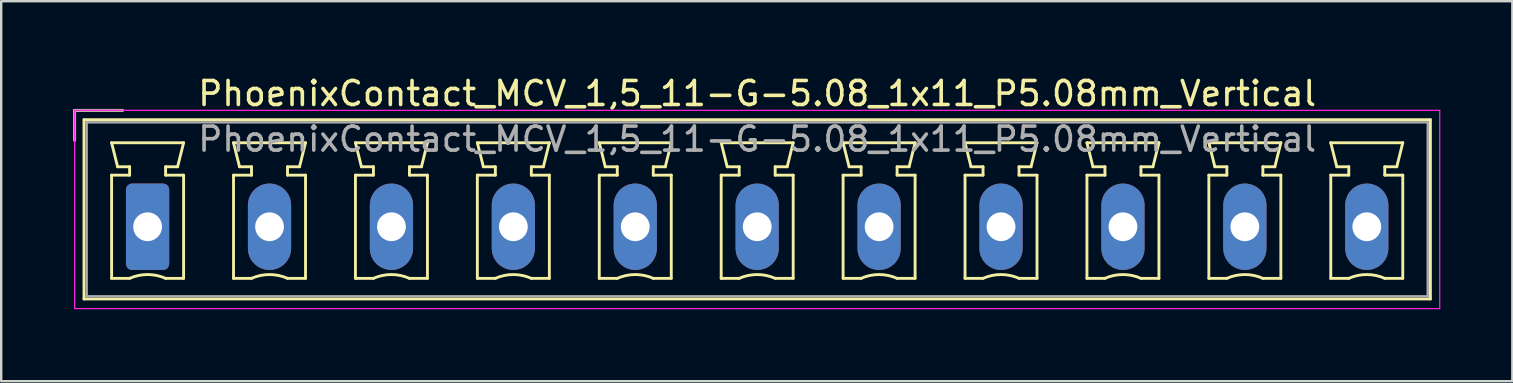
<source format=kicad_pcb>
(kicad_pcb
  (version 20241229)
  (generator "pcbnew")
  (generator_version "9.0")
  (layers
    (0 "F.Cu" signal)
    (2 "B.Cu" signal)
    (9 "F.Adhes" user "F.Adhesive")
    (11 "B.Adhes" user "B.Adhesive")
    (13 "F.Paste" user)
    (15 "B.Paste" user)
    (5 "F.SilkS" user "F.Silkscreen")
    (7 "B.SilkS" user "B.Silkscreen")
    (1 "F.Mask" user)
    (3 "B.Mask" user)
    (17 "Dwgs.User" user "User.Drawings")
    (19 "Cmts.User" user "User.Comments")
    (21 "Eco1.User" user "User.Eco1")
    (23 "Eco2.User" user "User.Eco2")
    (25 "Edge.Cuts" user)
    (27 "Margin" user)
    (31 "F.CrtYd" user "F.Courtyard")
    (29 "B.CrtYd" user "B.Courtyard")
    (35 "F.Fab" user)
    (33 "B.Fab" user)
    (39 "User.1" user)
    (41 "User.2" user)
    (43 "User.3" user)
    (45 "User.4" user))
  (footprint "PhoenixContact_MCV_1,5_11-G-5.08_1x11_P5.08mm_Vertical"
    (layer "F.Cu")
    (at 3.1 6.398)
    (property "Reference" "PhoenixContact_MCV_1,5_11-G-5.08_1x11_P5.08mm_Vertical" (at 25.4 -5.55 0) (layer "F.SilkS") (effects (font (size 1 1) (thickness 0.15))))
    (attr through_hole)
    (fp_line (start -3.04 -4.85) (end -1.04 -4.85) (stroke (width 0.12) (type solid)) (layer "F.SilkS"))
    (fp_line (start -3.04 -3.6) (end -3.04 -4.85) (stroke (width 0.12) (type solid)) (layer "F.SilkS"))
    (fp_line (start -2.65 -4.46) (end -2.65 3.01) (stroke (width 0.12) (type solid)) (layer "F.SilkS"))
    (fp_line (start -2.65 3.01) (end 53.45 3.01) (stroke (width 0.12) (type solid)) (layer "F.SilkS"))
    (fp_line (start -1.5 -3.5) (end 1.5 -3.5) (stroke (width 0.12) (type solid)) (layer "F.SilkS"))
    (fp_line (start -1.5 -2.15) (end -0.75 -2.15) (stroke (width 0.12) (type solid)) (layer "F.SilkS"))
    (fp_line (start -1.5 2.15) (end -1.5 -2.15) (stroke (width 0.12) (type solid)) (layer "F.SilkS"))
    (fp_line (start -1.25 -2.5) (end -1.5 -3.5) (stroke (width 0.12) (type solid)) (layer "F.SilkS"))
    (fp_line (start -0.75 -2.5) (end -1.25 -2.5) (stroke (width 0.12) (type solid)) (layer "F.SilkS"))
    (fp_line (start -0.75 -2.15) (end -0.75 -2.5) (stroke (width 0.12) (type solid)) (layer "F.SilkS"))
    (fp_line (start -0.75 2.15) (end -1.5 2.15) (stroke (width 0.12) (type solid)) (layer "F.SilkS"))
    (fp_line (start 0.75 -2.5) (end 0.75 -2.15) (stroke (width 0.12) (type solid)) (layer "F.SilkS"))
    (fp_line (start 0.75 -2.15) (end 1.5 -2.15) (stroke (width 0.12) (type solid)) (layer "F.SilkS"))
    (fp_line (start 1.25 -2.5) (end 0.75 -2.5) (stroke (width 0.12) (type solid)) (layer "F.SilkS"))
    (fp_line (start 1.5 -3.5) (end 1.25 -2.5) (stroke (width 0.12) (type solid)) (layer "F.SilkS"))
    (fp_line (start 1.5 -2.15) (end 1.5 2.15) (stroke (width 0.12) (type solid)) (layer "F.SilkS"))
    (fp_line (start 1.5 2.15) (end 0.75 2.15) (stroke (width 0.12) (type solid)) (layer "F.SilkS"))
    (fp_line (start 3.58 -3.5) (end 6.58 -3.5) (stroke (width 0.12) (type solid)) (layer "F.SilkS"))
    (fp_line (start 3.58 -2.15) (end 4.33 -2.15) (stroke (width 0.12) (type solid)) (layer "F.SilkS"))
    (fp_line (start 3.58 2.15) (end 3.58 -2.15) (stroke (width 0.12) (type solid)) (layer "F.SilkS"))
    (fp_line (start 3.83 -2.5) (end 3.58 -3.5) (stroke (width 0.12) (type solid)) (layer "F.SilkS"))
    (fp_line (start 4.33 -2.5) (end 3.83 -2.5) (stroke (width 0.12) (type solid)) (layer "F.SilkS"))
    (fp_line (start 4.33 -2.15) (end 4.33 -2.5) (stroke (width 0.12) (type solid)) (layer "F.SilkS"))
    (fp_line (start 4.33 2.15) (end 3.58 2.15) (stroke (width 0.12) (type solid)) (layer "F.SilkS"))
    (fp_line (start 5.83 -2.5) (end 5.83 -2.15) (stroke (width 0.12) (type solid)) (layer "F.SilkS"))
    (fp_line (start 5.83 -2.15) (end 6.58 -2.15) (stroke (width 0.12) (type solid)) (layer "F.SilkS"))
    (fp_line (start 6.33 -2.5) (end 5.83 -2.5) (stroke (width 0.12) (type solid)) (layer "F.SilkS"))
    (fp_line (start 6.58 -3.5) (end 6.33 -2.5) (stroke (width 0.12) (type solid)) (layer "F.SilkS"))
    (fp_line (start 6.58 -2.15) (end 6.58 2.15) (stroke (width 0.12) (type solid)) (layer "F.SilkS"))
    (fp_line (start 6.58 2.15) (end 5.83 2.15) (stroke (width 0.12) (type solid)) (layer "F.SilkS"))
    (fp_line (start 8.66 -3.5) (end 11.66 -3.5) (stroke (width 0.12) (type solid)) (layer "F.SilkS"))
    (fp_line (start 8.66 -2.15) (end 9.41 -2.15) (stroke (width 0.12) (type solid)) (layer "F.SilkS"))
    (fp_line (start 8.66 2.15) (end 8.66 -2.15) (stroke (width 0.12) (type solid)) (layer "F.SilkS"))
    (fp_line (start 8.91 -2.5) (end 8.66 -3.5) (stroke (width 0.12) (type solid)) (layer "F.SilkS"))
    (fp_line (start 9.41 -2.5) (end 8.91 -2.5) (stroke (width 0.12) (type solid)) (layer "F.SilkS"))
    (fp_line (start 9.41 -2.15) (end 9.41 -2.5) (stroke (width 0.12) (type solid)) (layer "F.SilkS"))
    (fp_line (start 9.41 2.15) (end 8.66 2.15) (stroke (width 0.12) (type solid)) (layer "F.SilkS"))
    (fp_line (start 10.91 -2.5) (end 10.91 -2.15) (stroke (width 0.12) (type solid)) (layer "F.SilkS"))
    (fp_line (start 10.91 -2.15) (end 11.66 -2.15) (stroke (width 0.12) (type solid)) (layer "F.SilkS"))
    (fp_line (start 11.41 -2.5) (end 10.91 -2.5) (stroke (width 0.12) (type solid)) (layer "F.SilkS"))
    (fp_line (start 11.66 -3.5) (end 11.41 -2.5) (stroke (width 0.12) (type solid)) (layer "F.SilkS"))
    (fp_line (start 11.66 -2.15) (end 11.66 2.15) (stroke (width 0.12) (type solid)) (layer "F.SilkS"))
    (fp_line (start 11.66 2.15) (end 10.91 2.15) (stroke (width 0.12) (type solid)) (layer "F.SilkS"))
    (fp_line (start 13.74 -3.5) (end 16.74 -3.5) (stroke (width 0.12) (type solid)) (layer "F.SilkS"))
    (fp_line (start 13.74 -2.15) (end 14.49 -2.15) (stroke (width 0.12) (type solid)) (layer "F.SilkS"))
    (fp_line (start 13.74 2.15) (end 13.74 -2.15) (stroke (width 0.12) (type solid)) (layer "F.SilkS"))
    (fp_line (start 13.99 -2.5) (end 13.74 -3.5) (stroke (width 0.12) (type solid)) (layer "F.SilkS"))
    (fp_line (start 14.49 -2.5) (end 13.99 -2.5) (stroke (width 0.12) (type solid)) (layer "F.SilkS"))
    (fp_line (start 14.49 -2.15) (end 14.49 -2.5) (stroke (width 0.12) (type solid)) (layer "F.SilkS"))
    (fp_line (start 14.49 2.15) (end 13.74 2.15) (stroke (width 0.12) (type solid)) (layer "F.SilkS"))
    (fp_line (start 15.99 -2.5) (end 15.99 -2.15) (stroke (width 0.12) (type solid)) (layer "F.SilkS"))
    (fp_line (start 15.99 -2.15) (end 16.74 -2.15) (stroke (width 0.12) (type solid)) (layer "F.SilkS"))
    (fp_line (start 16.49 -2.5) (end 15.99 -2.5) (stroke (width 0.12) (type solid)) (layer "F.SilkS"))
    (fp_line (start 16.74 -3.5) (end 16.49 -2.5) (stroke (width 0.12) (type solid)) (layer "F.SilkS"))
    (fp_line (start 16.74 -2.15) (end 16.74 2.15) (stroke (width 0.12) (type solid)) (layer "F.SilkS"))
    (fp_line (start 16.74 2.15) (end 15.99 2.15) (stroke (width 0.12) (type solid)) (layer "F.SilkS"))
    (fp_line (start 18.82 -3.5) (end 21.82 -3.5) (stroke (width 0.12) (type solid)) (layer "F.SilkS"))
    (fp_line (start 18.82 -2.15) (end 19.57 -2.15) (stroke (width 0.12) (type solid)) (layer "F.SilkS"))
    (fp_line (start 18.82 2.15) (end 18.82 -2.15) (stroke (width 0.12) (type solid)) (layer "F.SilkS"))
    (fp_line (start 19.07 -2.5) (end 18.82 -3.5) (stroke (width 0.12) (type solid)) (layer "F.SilkS"))
    (fp_line (start 19.57 -2.5) (end 19.07 -2.5) (stroke (width 0.12) (type solid)) (layer "F.SilkS"))
    (fp_line (start 19.57 -2.15) (end 19.57 -2.5) (stroke (width 0.12) (type solid)) (layer "F.SilkS"))
    (fp_line (start 19.57 2.15) (end 18.82 2.15) (stroke (width 0.12) (type solid)) (layer "F.SilkS"))
    (fp_line (start 21.07 -2.5) (end 21.07 -2.15) (stroke (width 0.12) (type solid)) (layer "F.SilkS"))
    (fp_line (start 21.07 -2.15) (end 21.82 -2.15) (stroke (width 0.12) (type solid)) (layer "F.SilkS"))
    (fp_line (start 21.57 -2.5) (end 21.07 -2.5) (stroke (width 0.12) (type solid)) (layer "F.SilkS"))
    (fp_line (start 21.82 -3.5) (end 21.57 -2.5) (stroke (width 0.12) (type solid)) (layer "F.SilkS"))
    (fp_line (start 21.82 -2.15) (end 21.82 2.15) (stroke (width 0.12) (type solid)) (layer "F.SilkS"))
    (fp_line (start 21.82 2.15) (end 21.07 2.15) (stroke (width 0.12) (type solid)) (layer "F.SilkS"))
    (fp_line (start 23.9 -3.5) (end 26.9 -3.5) (stroke (width 0.12) (type solid)) (layer "F.SilkS"))
    (fp_line (start 23.9 -2.15) (end 24.65 -2.15) (stroke (width 0.12) (type solid)) (layer "F.SilkS"))
    (fp_line (start 23.9 2.15) (end 23.9 -2.15) (stroke (width 0.12) (type solid)) (layer "F.SilkS"))
    (fp_line (start 24.15 -2.5) (end 23.9 -3.5) (stroke (width 0.12) (type solid)) (layer "F.SilkS"))
    (fp_line (start 24.65 -2.5) (end 24.15 -2.5) (stroke (width 0.12) (type solid)) (layer "F.SilkS"))
    (fp_line (start 24.65 -2.15) (end 24.65 -2.5) (stroke (width 0.12) (type solid)) (layer "F.SilkS"))
    (fp_line (start 24.65 2.15) (end 23.9 2.15) (stroke (width 0.12) (type solid)) (layer "F.SilkS"))
    (fp_line (start 26.15 -2.5) (end 26.15 -2.15) (stroke (width 0.12) (type solid)) (layer "F.SilkS"))
    (fp_line (start 26.15 -2.15) (end 26.9 -2.15) (stroke (width 0.12) (type solid)) (layer "F.SilkS"))
    (fp_line (start 26.65 -2.5) (end 26.15 -2.5) (stroke (width 0.12) (type solid)) (layer "F.SilkS"))
    (fp_line (start 26.9 -3.5) (end 26.65 -2.5) (stroke (width 0.12) (type solid)) (layer "F.SilkS"))
    (fp_line (start 26.9 -2.15) (end 26.9 2.15) (stroke (width 0.12) (type solid)) (layer "F.SilkS"))
    (fp_line (start 26.9 2.15) (end 26.15 2.15) (stroke (width 0.12) (type solid)) (layer "F.SilkS"))
    (fp_line (start 28.98 -3.5) (end 31.98 -3.5) (stroke (width 0.12) (type solid)) (layer "F.SilkS"))
    (fp_line (start 28.98 -2.15) (end 29.73 -2.15) (stroke (width 0.12) (type solid)) (layer "F.SilkS"))
    (fp_line (start 28.98 2.15) (end 28.98 -2.15) (stroke (width 0.12) (type solid)) (layer "F.SilkS"))
    (fp_line (start 29.23 -2.5) (end 28.98 -3.5) (stroke (width 0.12) (type solid)) (layer "F.SilkS"))
    (fp_line (start 29.73 -2.5) (end 29.23 -2.5) (stroke (width 0.12) (type solid)) (layer "F.SilkS"))
    (fp_line (start 29.73 -2.15) (end 29.73 -2.5) (stroke (width 0.12) (type solid)) (layer "F.SilkS"))
    (fp_line (start 29.73 2.15) (end 28.98 2.15) (stroke (width 0.12) (type solid)) (layer "F.SilkS"))
    (fp_line (start 31.23 -2.5) (end 31.23 -2.15) (stroke (width 0.12) (type solid)) (layer "F.SilkS"))
    (fp_line (start 31.23 -2.15) (end 31.98 -2.15) (stroke (width 0.12) (type solid)) (layer "F.SilkS"))
    (fp_line (start 31.73 -2.5) (end 31.23 -2.5) (stroke (width 0.12) (type solid)) (layer "F.SilkS"))
    (fp_line (start 31.98 -3.5) (end 31.73 -2.5) (stroke (width 0.12) (type solid)) (layer "F.SilkS"))
    (fp_line (start 31.98 -2.15) (end 31.98 2.15) (stroke (width 0.12) (type solid)) (layer "F.SilkS"))
    (fp_line (start 31.98 2.15) (end 31.23 2.15) (stroke (width 0.12) (type solid)) (layer "F.SilkS"))
    (fp_line (start 34.06 -3.5) (end 37.06 -3.5) (stroke (width 0.12) (type solid)) (layer "F.SilkS"))
    (fp_line (start 34.06 -2.15) (end 34.81 -2.15) (stroke (width 0.12) (type solid)) (layer "F.SilkS"))
    (fp_line (start 34.06 2.15) (end 34.06 -2.15) (stroke (width 0.12) (type solid)) (layer "F.SilkS"))
    (fp_line (start 34.31 -2.5) (end 34.06 -3.5) (stroke (width 0.12) (type solid)) (layer "F.SilkS"))
    (fp_line (start 34.81 -2.5) (end 34.31 -2.5) (stroke (width 0.12) (type solid)) (layer "F.SilkS"))
    (fp_line (start 34.81 -2.15) (end 34.81 -2.5) (stroke (width 0.12) (type solid)) (layer "F.SilkS"))
    (fp_line (start 34.81 2.15) (end 34.06 2.15) (stroke (width 0.12) (type solid)) (layer "F.SilkS"))
    (fp_line (start 36.31 -2.5) (end 36.31 -2.15) (stroke (width 0.12) (type solid)) (layer "F.SilkS"))
    (fp_line (start 36.31 -2.15) (end 37.06 -2.15) (stroke (width 0.12) (type solid)) (layer "F.SilkS"))
    (fp_line (start 36.81 -2.5) (end 36.31 -2.5) (stroke (width 0.12) (type solid)) (layer "F.SilkS"))
    (fp_line (start 37.06 -3.5) (end 36.81 -2.5) (stroke (width 0.12) (type solid)) (layer "F.SilkS"))
    (fp_line (start 37.06 -2.15) (end 37.06 2.15) (stroke (width 0.12) (type solid)) (layer "F.SilkS"))
    (fp_line (start 37.06 2.15) (end 36.31 2.15) (stroke (width 0.12) (type solid)) (layer "F.SilkS"))
    (fp_line (start 39.14 -3.5) (end 42.14 -3.5) (stroke (width 0.12) (type solid)) (layer "F.SilkS"))
    (fp_line (start 39.14 -2.15) (end 39.89 -2.15) (stroke (width 0.12) (type solid)) (layer "F.SilkS"))
    (fp_line (start 39.14 2.15) (end 39.14 -2.15) (stroke (width 0.12) (type solid)) (layer "F.SilkS"))
    (fp_line (start 39.39 -2.5) (end 39.14 -3.5) (stroke (width 0.12) (type solid)) (layer "F.SilkS"))
    (fp_line (start 39.89 -2.5) (end 39.39 -2.5) (stroke (width 0.12) (type solid)) (layer "F.SilkS"))
    (fp_line (start 39.89 -2.15) (end 39.89 -2.5) (stroke (width 0.12) (type solid)) (layer "F.SilkS"))
    (fp_line (start 39.89 2.15) (end 39.14 2.15) (stroke (width 0.12) (type solid)) (layer "F.SilkS"))
    (fp_line (start 41.39 -2.5) (end 41.39 -2.15) (stroke (width 0.12) (type solid)) (layer "F.SilkS"))
    (fp_line (start 41.39 -2.15) (end 42.14 -2.15) (stroke (width 0.12) (type solid)) (layer "F.SilkS"))
    (fp_line (start 41.89 -2.5) (end 41.39 -2.5) (stroke (width 0.12) (type solid)) (layer "F.SilkS"))
    (fp_line (start 42.14 -3.5) (end 41.89 -2.5) (stroke (width 0.12) (type solid)) (layer "F.SilkS"))
    (fp_line (start 42.14 -2.15) (end 42.14 2.15) (stroke (width 0.12) (type solid)) (layer "F.SilkS"))
    (fp_line (start 42.14 2.15) (end 41.39 2.15) (stroke (width 0.12) (type solid)) (layer "F.SilkS"))
    (fp_line (start 44.22 -3.5) (end 47.22 -3.5) (stroke (width 0.12) (type solid)) (layer "F.SilkS"))
    (fp_line (start 44.22 -2.15) (end 44.97 -2.15) (stroke (width 0.12) (type solid)) (layer "F.SilkS"))
    (fp_line (start 44.22 2.15) (end 44.22 -2.15) (stroke (width 0.12) (type solid)) (layer "F.SilkS"))
    (fp_line (start 44.47 -2.5) (end 44.22 -3.5) (stroke (width 0.12) (type solid)) (layer "F.SilkS"))
    (fp_line (start 44.97 -2.5) (end 44.47 -2.5) (stroke (width 0.12) (type solid)) (layer "F.SilkS"))
    (fp_line (start 44.97 -2.15) (end 44.97 -2.5) (stroke (width 0.12) (type solid)) (layer "F.SilkS"))
    (fp_line (start 44.97 2.15) (end 44.22 2.15) (stroke (width 0.12) (type solid)) (layer "F.SilkS"))
    (fp_line (start 46.47 -2.5) (end 46.47 -2.15) (stroke (width 0.12) (type solid)) (layer "F.SilkS"))
    (fp_line (start 46.47 -2.15) (end 47.22 -2.15) (stroke (width 0.12) (type solid)) (layer "F.SilkS"))
    (fp_line (start 46.97 -2.5) (end 46.47 -2.5) (stroke (width 0.12) (type solid)) (layer "F.SilkS"))
    (fp_line (start 47.22 -3.5) (end 46.97 -2.5) (stroke (width 0.12) (type solid)) (layer "F.SilkS"))
    (fp_line (start 47.22 -2.15) (end 47.22 2.15) (stroke (width 0.12) (type solid)) (layer "F.SilkS"))
    (fp_line (start 47.22 2.15) (end 46.47 2.15) (stroke (width 0.12) (type solid)) (layer "F.SilkS"))
    (fp_line (start 49.3 -3.5) (end 52.3 -3.5) (stroke (width 0.12) (type solid)) (layer "F.SilkS"))
    (fp_line (start 49.3 -2.15) (end 50.05 -2.15) (stroke (width 0.12) (type solid)) (layer "F.SilkS"))
    (fp_line (start 49.3 2.15) (end 49.3 -2.15) (stroke (width 0.12) (type solid)) (layer "F.SilkS"))
    (fp_line (start 49.55 -2.5) (end 49.3 -3.5) (stroke (width 0.12) (type solid)) (layer "F.SilkS"))
    (fp_line (start 50.05 -2.5) (end 49.55 -2.5) (stroke (width 0.12) (type solid)) (layer "F.SilkS"))
    (fp_line (start 50.05 -2.15) (end 50.05 -2.5) (stroke (width 0.12) (type solid)) (layer "F.SilkS"))
    (fp_line (start 50.05 2.15) (end 49.3 2.15) (stroke (width 0.12) (type solid)) (layer "F.SilkS"))
    (fp_line (start 51.55 -2.5) (end 51.55 -2.15) (stroke (width 0.12) (type solid)) (layer "F.SilkS"))
    (fp_line (start 51.55 -2.15) (end 52.3 -2.15) (stroke (width 0.12) (type solid)) (layer "F.SilkS"))
    (fp_line (start 52.05 -2.5) (end 51.55 -2.5) (stroke (width 0.12) (type solid)) (layer "F.SilkS"))
    (fp_line (start 52.3 -3.5) (end 52.05 -2.5) (stroke (width 0.12) (type solid)) (layer "F.SilkS"))
    (fp_line (start 52.3 -2.15) (end 52.3 2.15) (stroke (width 0.12) (type solid)) (layer "F.SilkS"))
    (fp_line (start 52.3 2.15) (end 51.55 2.15) (stroke (width 0.12) (type solid)) (layer "F.SilkS"))
    (fp_line (start 53.45 -4.46) (end -2.65 -4.46) (stroke (width 0.12) (type solid)) (layer "F.SilkS"))
    (fp_line (start 53.45 3.01) (end 53.45 -4.46) (stroke (width 0.12) (type solid)) (layer "F.SilkS"))
    (fp_arc (start -0.75 2.15) (mid -0.000193 1.99191) (end 0.749647 2.149844) (stroke (width 0.12) (type solid)) (layer "F.SilkS"))
    (fp_arc (start 4.33 2.15) (mid 5.079807 1.99191) (end 5.829647 2.149844) (stroke (width 0.12) (type solid)) (layer "F.SilkS"))
    (fp_arc (start 9.41 2.15) (mid 10.159807 1.99191) (end 10.909647 2.149844) (stroke (width 0.12) (type solid)) (layer "F.SilkS"))
    (fp_arc (start 14.49 2.15) (mid 15.239807 1.99191) (end 15.989647 2.149844) (stroke (width 0.12) (type solid)) (layer "F.SilkS"))
    (fp_arc (start 19.57 2.15) (mid 20.319807 1.99191) (end 21.069647 2.149844) (stroke (width 0.12) (type solid)) (layer "F.SilkS"))
    (fp_arc (start 24.65 2.15) (mid 25.399807 1.99191) (end 26.149647 2.149844) (stroke (width 0.12) (type solid)) (layer "F.SilkS"))
    (fp_arc (start 29.73 2.15) (mid 30.479807 1.99191) (end 31.229647 2.149844) (stroke (width 0.12) (type solid)) (layer "F.SilkS"))
    (fp_arc (start 34.81 2.15) (mid 35.559807 1.99191) (end 36.309647 2.149844) (stroke (width 0.12) (type solid)) (layer "F.SilkS"))
    (fp_arc (start 39.89 2.15) (mid 40.639807 1.99191) (end 41.389647 2.149844) (stroke (width 0.12) (type solid)) (layer "F.SilkS"))
    (fp_arc (start 44.97 2.15) (mid 45.719807 1.99191) (end 46.469647 2.149844) (stroke (width 0.12) (type solid)) (layer "F.SilkS"))
    (fp_arc (start 50.05 2.15) (mid 50.799807 1.99191) (end 51.549647 2.149844) (stroke (width 0.12) (type solid)) (layer "F.SilkS"))
    (fp_line (start -3.04 -4.85) (end -3.04 3.41) (stroke (width 0.05) (type solid)) (layer "F.CrtYd"))
    (fp_line (start -3.04 3.41) (end 53.84 3.41) (stroke (width 0.05) (type solid)) (layer "F.CrtYd"))
    (fp_line (start 53.84 -4.85) (end -3.04 -4.85) (stroke (width 0.05) (type solid)) (layer "F.CrtYd"))
    (fp_line (start 53.84 3.41) (end 53.84 -4.85) (stroke (width 0.05) (type solid)) (layer "F.CrtYd"))
    (fp_line (start -3.04 -4.85) (end -1.04 -4.85) (stroke (width 0.1) (type solid)) (layer "F.Fab"))
    (fp_line (start -3.04 -3.6) (end -3.04 -4.85) (stroke (width 0.1) (type solid)) (layer "F.Fab"))
    (fp_line (start -2.54 -4.35) (end -2.54 2.9) (stroke (width 0.1) (type solid)) (layer "F.Fab"))
    (fp_line (start -2.54 2.9) (end 53.34 2.9) (stroke (width 0.1) (type solid)) (layer "F.Fab"))
    (fp_line (start 53.34 -4.35) (end -2.54 -4.35) (stroke (width 0.1) (type solid)) (layer "F.Fab"))
    (fp_line (start 53.34 2.9) (end 53.34 -4.35) (stroke (width 0.1) (type solid)) (layer "F.Fab"))
    (fp_text user "${REFERENCE}" (at 25.4 -3.65 0) (layer "F.Fab") (effects (font (size 1 1) (thickness 0.15))))
    (pad "1" thru_hole roundrect (at 0 0) (size 1.8 3.6) (drill 1.2) (layers "*.Cu" "*.Mask") (roundrect_rratio 0.139))
    (pad "2" thru_hole oval (at 5.08 0) (size 1.8 3.6) (drill 1.2) (layers "*.Cu" "*.Mask"))
    (pad "3" thru_hole oval (at 10.16 0) (size 1.8 3.6) (drill 1.2) (layers "*.Cu" "*.Mask"))
    (pad "4" thru_hole oval (at 15.24 0) (size 1.8 3.6) (drill 1.2) (layers "*.Cu" "*.Mask"))
    (pad "5" thru_hole oval (at 20.32 0) (size 1.8 3.6) (drill 1.2) (layers "*.Cu" "*.Mask"))
    (pad "6" thru_hole oval (at 25.4 0) (size 1.8 3.6) (drill 1.2) (layers "*.Cu" "*.Mask"))
    (pad "7" thru_hole oval (at 30.48 0) (size 1.8 3.6) (drill 1.2) (layers "*.Cu" "*.Mask"))
    (pad "8" thru_hole oval (at 35.56 0) (size 1.8 3.6) (drill 1.2) (layers "*.Cu" "*.Mask"))
    (pad "9" thru_hole oval (at 40.64 0) (size 1.8 3.6) (drill 1.2) (layers "*.Cu" "*.Mask"))
    (pad "10" thru_hole oval (at 45.72 0) (size 1.8 3.6) (drill 1.2) (layers "*.Cu" "*.Mask"))
    (pad "11" thru_hole oval (at 50.8 0) (size 1.8 3.6) (drill 1.2) (layers "*.Cu" "*.Mask")))
  (gr_rect
    (start -3 -3)
    (end 59.965 12.833)
    (stroke (width 0.1) (type default))
    (fill no)
    (layer "Edge.Cuts")))
</source>
